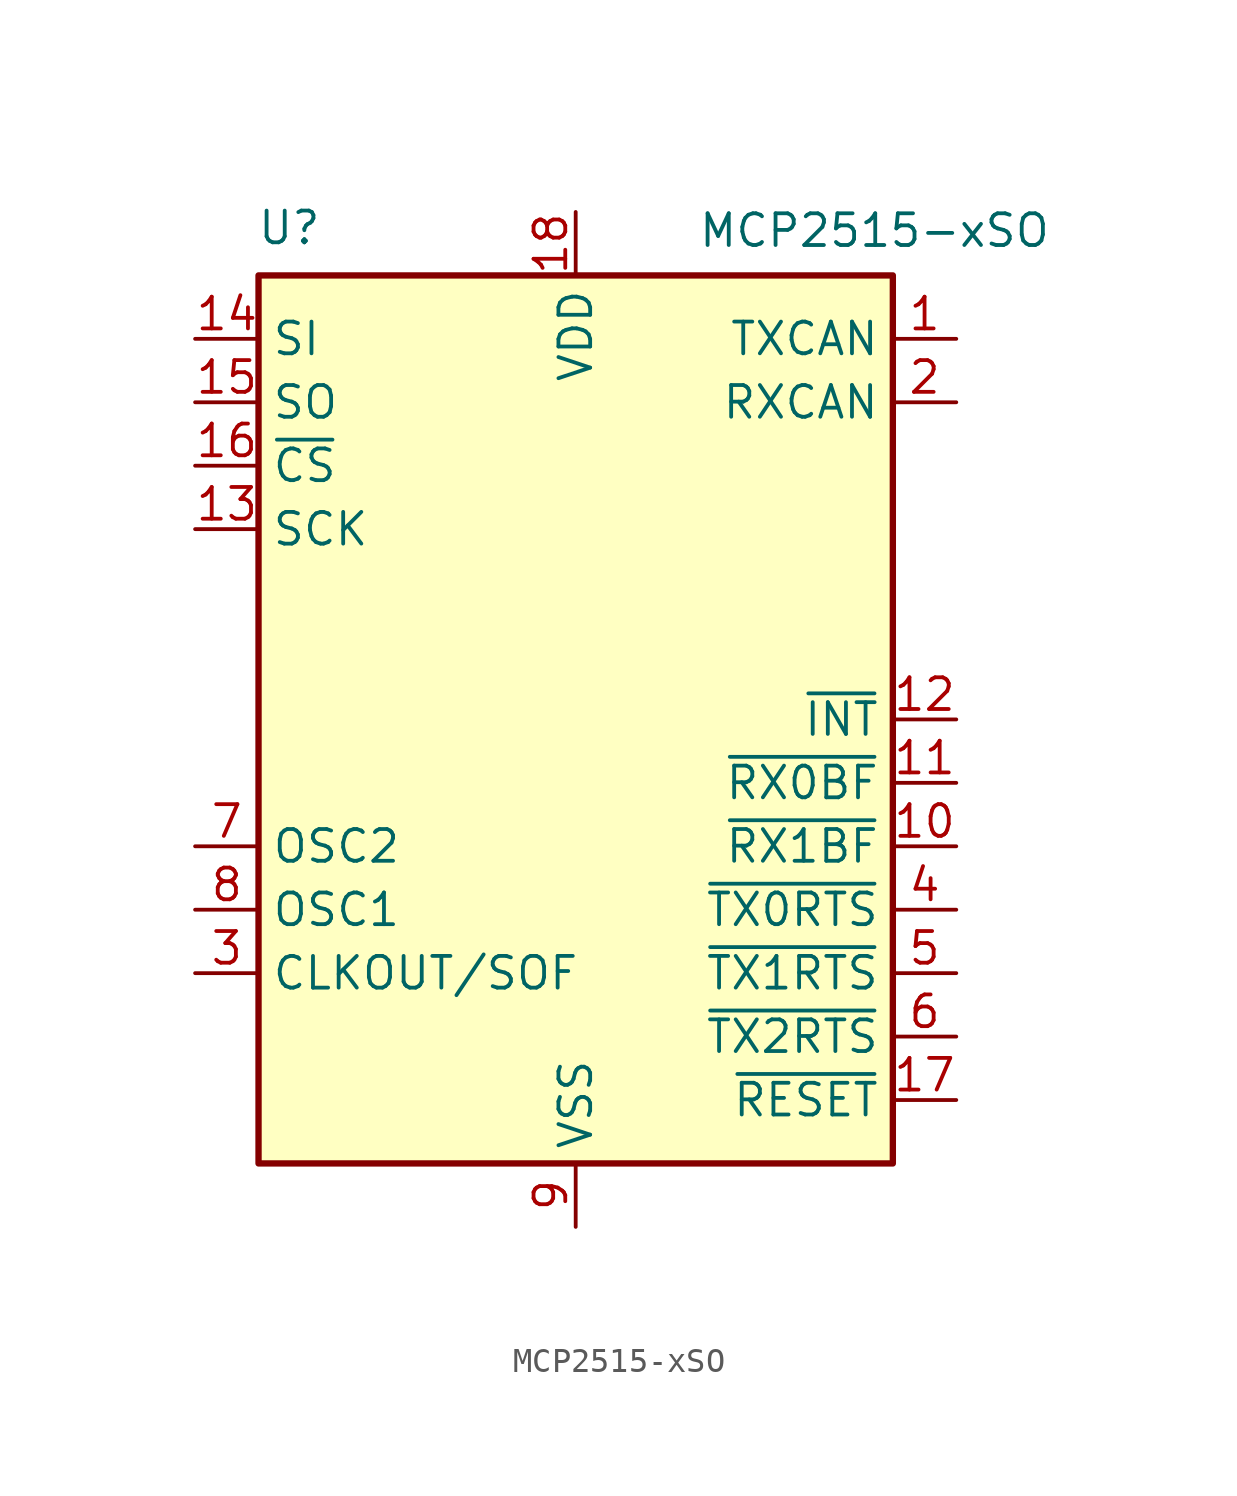
<source format=kicad_sym>
(kicad_symbol_lib
  (version 20211014)
  (generator kicad_symbol_editor)
  (symbol "MCP2515-xSO"
    (property "Reference" "U"
      (at -10.16 19.685 0)
      (effects (font (size 1.27 1.27)) (justify right)))
    (property "Value" "MCP2515-xSO"
      (at 19.05 20.32 0)
      (effects (font (size 1.27 1.27)) (justify right top)))
    (symbol "MCP2515-xSO_0_1"
      (rectangle (start -12.7 17.78) (end 12.7 -17.78) (stroke (width 0.254) (type default) (color 0 0 0 0)) (fill (type background))))
    (symbol "MCP2515-xSO_1_1"
      (pin output line (at 15.24 15.24 180) (length 2.54) (name "TXCAN" (effects (font (size 1.27 1.27)))) (number "1" (effects (font (size 1.27 1.27)))))
      (pin output line (at 15.24 -5.08 180) (length 2.54) (name "~{RX1BF}" (effects (font (size 1.27 1.27)))) (number "10" (effects (font (size 1.27 1.27)))))
      (pin output line (at 15.24 -2.54 180) (length 2.54) (name "~{RX0BF}" (effects (font (size 1.27 1.27)))) (number "11" (effects (font (size 1.27 1.27)))))
      (pin output line (at 15.24 0 180) (length 2.54) (name "~{INT}" (effects (font (size 1.27 1.27)))) (number "12" (effects (font (size 1.27 1.27)))))
      (pin input line (at -15.24 7.62 0) (length 2.54) (name "SCK" (effects (font (size 1.27 1.27)))) (number "13" (effects (font (size 1.27 1.27)))))
      (pin input line (at -15.24 15.24 0) (length 2.54) (name "SI" (effects (font (size 1.27 1.27)))) (number "14" (effects (font (size 1.27 1.27)))))
      (pin output line (at -15.24 12.7 0) (length 2.54) (name "SO" (effects (font (size 1.27 1.27)))) (number "15" (effects (font (size 1.27 1.27)))))
      (pin input line (at -15.24 10.16 0) (length 2.54) (name "~{CS}" (effects (font (size 1.27 1.27)))) (number "16" (effects (font (size 1.27 1.27)))))
      (pin input line (at 15.24 -15.24 180) (length 2.54) (name "~{RESET}" (effects (font (size 1.27 1.27)))) (number "17" (effects (font (size 1.27 1.27)))))
      (pin power_in line (at 0 20.32 270) (length 2.54) (name "VDD" (effects (font (size 1.27 1.27)))) (number "18" (effects (font (size 1.27 1.27)))))
      (pin input line (at 15.24 12.7 180) (length 2.54) (name "RXCAN" (effects (font (size 1.27 1.27)))) (number "2" (effects (font (size 1.27 1.27)))))
      (pin output line (at -15.24 -10.16 0) (length 2.54) (name "CLKOUT/SOF" (effects (font (size 1.27 1.27)))) (number "3" (effects (font (size 1.27 1.27)))))
      (pin input line (at 15.24 -7.62 180) (length 2.54) (name "~{TX0RTS}" (effects (font (size 1.27 1.27)))) (number "4" (effects (font (size 1.27 1.27)))))
      (pin input line (at 15.24 -10.16 180) (length 2.54) (name "~{TX1RTS}" (effects (font (size 1.27 1.27)))) (number "5" (effects (font (size 1.27 1.27)))))
      (pin input line (at 15.24 -12.7 180) (length 2.54) (name "~{TX2RTS}" (effects (font (size 1.27 1.27)))) (number "6" (effects (font (size 1.27 1.27)))))
      (pin output line (at -15.24 -5.08 0) (length 2.54) (name "OSC2" (effects (font (size 1.27 1.27)))) (number "7" (effects (font (size 1.27 1.27)))))
      (pin input line (at -15.24 -7.62 0) (length 2.54) (name "OSC1" (effects (font (size 1.27 1.27)))) (number "8" (effects (font (size 1.27 1.27)))))
      (pin power_in line (at 0 -20.32 90) (length 2.54) (name "VSS" (effects (font (size 1.27 1.27)))) (number "9" (effects (font (size 1.27 1.27))))))))
</source>
